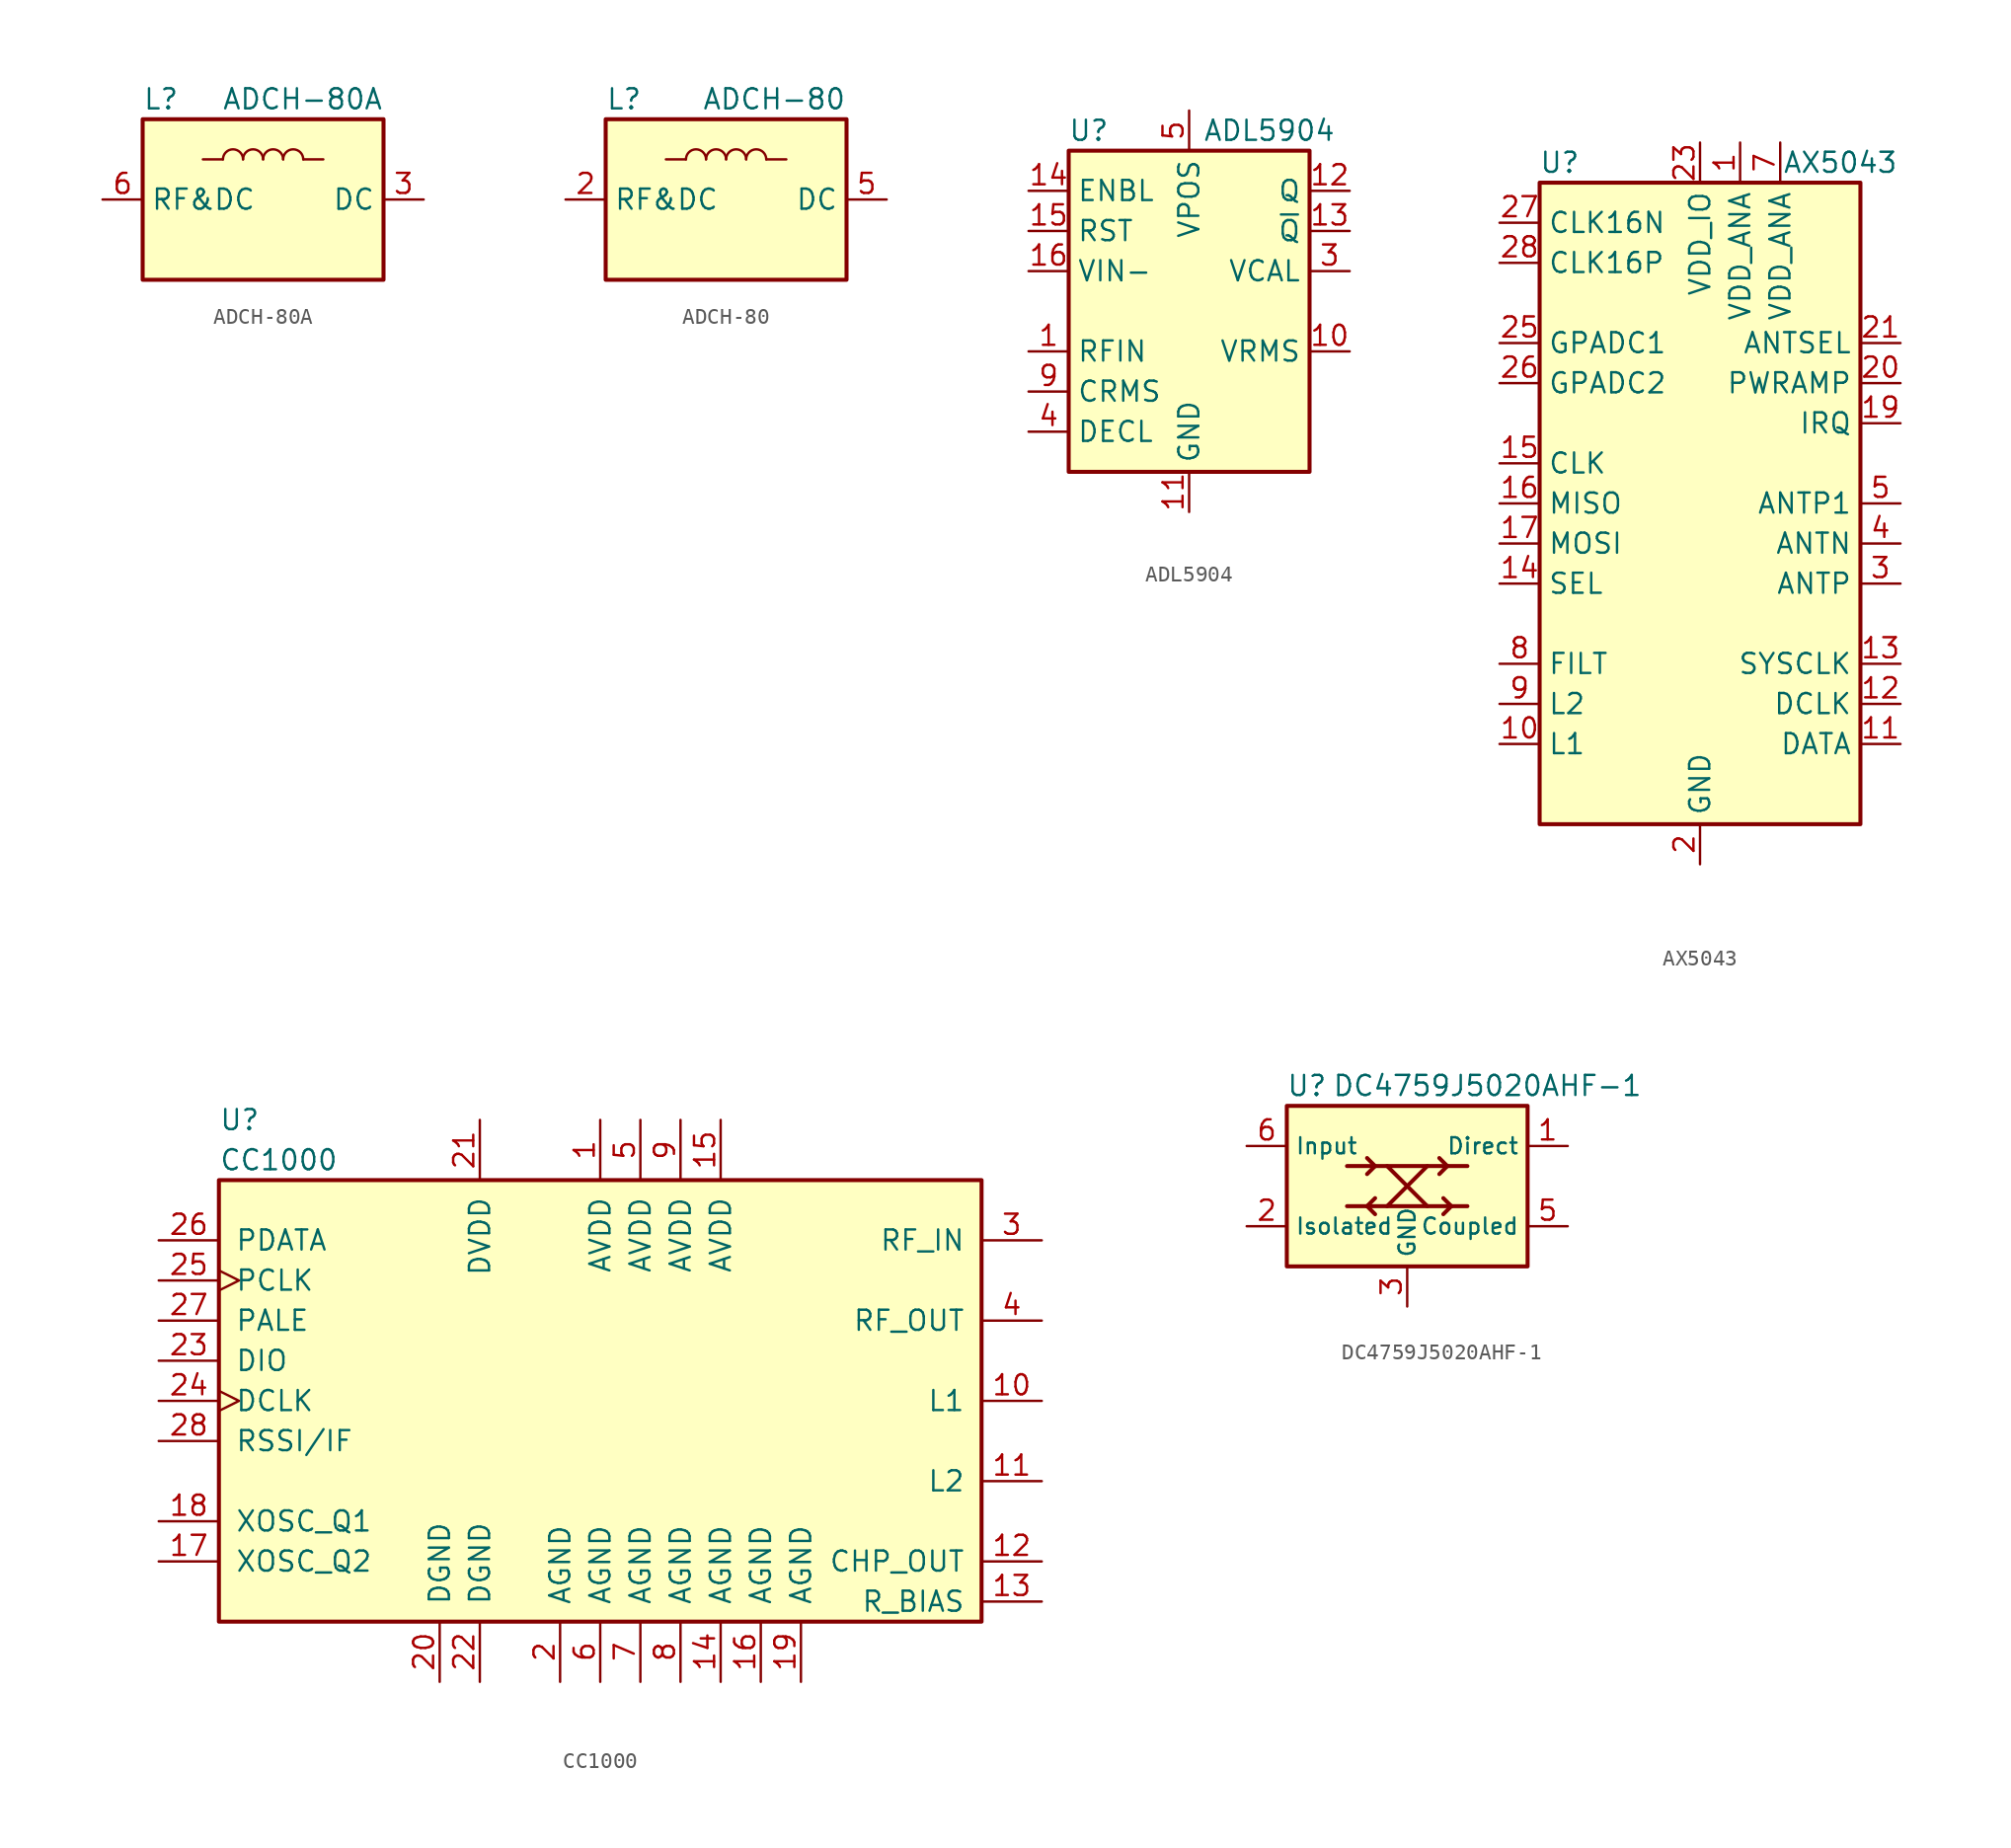
<source format=kicad_sym>
(kicad_symbol_lib
  (version 20231120)
  (generator "kicad_symbol_editor")
  (generator_version "8.0")
  (symbol "ADCH-80A"
    (property "Reference" "L"
      (at -7.62 6.35 0)
      (effects (font (size 1.27 1.27)) (justify left)))
    (property "Value" "ADCH-80A"
      (at 7.62 6.35 0)
      (effects (font (size 1.27 1.27)) (justify right)))
    (symbol "ADCH-80A_1_1"
      (rectangle (start -7.62 5.08) (end 7.62 -5.08) (stroke (width 0.254) (type default)) (fill (type background)))
      (arc (start -1.27 2.54) (mid -1.905 3.1723) (end -2.54 2.54) (stroke (width 0) (type default)) (fill (type none)))
      (polyline (pts (xy -2.54 2.54) (xy -3.81 2.54)) (stroke (width 0) (type default)) (fill (type none)))
      (arc (start 0 2.54) (mid -0.635 3.1723) (end -1.27 2.54) (stroke (width 0) (type default)) (fill (type none)))
      (arc (start 1.27 2.54) (mid 0.635 3.1723) (end 0 2.54) (stroke (width 0) (type default)) (fill (type none)))
      (arc (start 2.54 2.54) (mid 1.905 3.1723) (end 1.27 2.54) (stroke (width 0) (type default)) (fill (type none)))
      (rectangle (start 2.54 2.54) (end 3.81 2.54) (stroke (width 0) (type default)) (fill (type none)))
      (pin no_connect line (at -5.08 -5.08 90) (length 2.54) hide (name "NC" (effects (font (size 1.27 1.27)))) (number "1" (effects (font (size 1.27 1.27)))))
      (pin no_connect line (at -2.54 -5.08 90) (length 2.54) hide (name "NC" (effects (font (size 1.27 1.27)))) (number "2" (effects (font (size 1.27 1.27)))))
      (pin passive line (at 10.16 0 180) (length 2.54) (name "DC" (effects (font (size 1.27 1.27)))) (number "3" (effects (font (size 1.27 1.27)))))
      (pin no_connect line (at 0 -5.08 90) (length 2.54) hide (name "NC" (effects (font (size 1.27 1.27)))) (number "4" (effects (font (size 1.27 1.27)))))
      (pin no_connect line (at 2.54 -5.08 90) (length 2.54) hide (name "NC" (effects (font (size 1.27 1.27)))) (number "5" (effects (font (size 1.27 1.27)))))
      (pin passive line (at -10.16 0 0) (length 2.54) (name "RF&DC" (effects (font (size 1.27 1.27)))) (number "6" (effects (font (size 1.27 1.27)))))))
  (symbol "ADCH-80"
    (property "Reference" "L"
      (at -7.62 6.35 0)
      (effects (font (size 1.27 1.27)) (justify left)))
    (property "Value" "ADCH-80"
      (at 7.62 6.35 0)
      (effects (font (size 1.27 1.27)) (justify right)))
    (symbol "ADCH-80_0_1"
      (polyline (pts (xy -2.54 2.54) (xy -3.81 2.54)) (stroke (width 0) (type default)) (fill (type none)))
      (rectangle (start 2.54 2.54) (end 3.81 2.54) (stroke (width 0) (type default)) (fill (type none))))
    (symbol "ADCH-80_1_1"
      (rectangle (start -7.62 5.08) (end 7.62 -5.08) (stroke (width 0.254) (type default)) (fill (type background)))
      (arc (start -1.27 2.54) (mid -1.905 3.1723) (end -2.54 2.54) (stroke (width 0) (type default)) (fill (type none)))
      (arc (start 0 2.54) (mid -0.635 3.1723) (end -1.27 2.54) (stroke (width 0) (type default)) (fill (type none)))
      (arc (start 1.27 2.54) (mid 0.635 3.1723) (end 0 2.54) (stroke (width 0) (type default)) (fill (type none)))
      (arc (start 2.54 2.54) (mid 1.905 3.1723) (end 1.27 2.54) (stroke (width 0) (type default)) (fill (type none)))
      (pin no_connect line (at -5.08 -5.08 90) (length 2.54) hide (name "NC" (effects (font (size 1.27 1.27)))) (number "1" (effects (font (size 1.27 1.27)))))
      (pin passive line (at -10.16 0 0) (length 2.54) (name "RF&DC" (effects (font (size 1.27 1.27)))) (number "2" (effects (font (size 1.27 1.27)))))
      (pin no_connect line (at -2.54 -5.08 90) (length 2.54) hide (name "NC" (effects (font (size 1.27 1.27)))) (number "3" (effects (font (size 1.27 1.27)))))
      (pin no_connect line (at 0 -5.08 90) (length 2.54) hide (name "NC" (effects (font (size 1.27 1.27)))) (number "4" (effects (font (size 1.27 1.27)))))
      (pin passive line (at 10.16 0 180) (length 2.54) (name "DC" (effects (font (size 1.27 1.27)))) (number "5" (effects (font (size 1.27 1.27)))))
      (pin no_connect line (at 2.54 -5.08 90) (length 2.54) hide (name "NC" (effects (font (size 1.27 1.27)))) (number "6" (effects (font (size 1.27 1.27)))))))
  (symbol "ADL5904"
    (property "Reference" "U"
      (at -6.35 11.43 0)
      (effects (font (size 1.27 1.27))))
    (property "Value" "ADL5904"
      (at 5.08 11.43 0)
      (effects (font (size 1.27 1.27))))
    (symbol "ADL5904_0_1"
      (rectangle (start -7.62 10.16) (end 7.62 -10.16) (stroke (width 0.254) (type default)) (fill (type background))))
    (symbol "ADL5904_1_1"
      (pin input line (at -10.16 -2.54 0) (length 2.54) (name "RFIN" (effects (font (size 1.27 1.27)))) (number "1" (effects (font (size 1.27 1.27)))))
      (pin output line (at 10.16 -2.54 180) (length 2.54) (name "VRMS" (effects (font (size 1.27 1.27)))) (number "10" (effects (font (size 1.27 1.27)))))
      (pin power_in line (at 0 -12.7 90) (length 2.54) (name "GND" (effects (font (size 1.27 1.27)))) (number "11" (effects (font (size 1.27 1.27)))))
      (pin output line (at 10.16 7.62 180) (length 2.54) (name "Q" (effects (font (size 1.27 1.27)))) (number "12" (effects (font (size 1.27 1.27)))))
      (pin output line (at 10.16 5.08 180) (length 2.54) (name "~{Q}" (effects (font (size 1.27 1.27)))) (number "13" (effects (font (size 1.27 1.27)))))
      (pin input line (at -10.16 7.62 0) (length 2.54) (name "ENBL" (effects (font (size 1.27 1.27)))) (number "14" (effects (font (size 1.27 1.27)))))
      (pin input line (at -10.16 5.08 0) (length 2.54) (name "RST" (effects (font (size 1.27 1.27)))) (number "15" (effects (font (size 1.27 1.27)))))
      (pin input line (at -10.16 2.54 0) (length 2.54) (name "VIN-" (effects (font (size 1.27 1.27)))) (number "16" (effects (font (size 1.27 1.27)))))
      (pin passive line (at 0 -12.7 90) (length 2.54) hide (name "GND" (effects (font (size 1.27 1.27)))) (number "17" (effects (font (size 1.27 1.27)))))
      (pin no_connect line (at 7.62 0 180) (length 2.54) hide (name "DNC" (effects (font (size 1.27 1.27)))) (number "2" (effects (font (size 1.27 1.27)))))
      (pin output line (at 10.16 2.54 180) (length 2.54) (name "VCAL" (effects (font (size 1.27 1.27)))) (number "3" (effects (font (size 1.27 1.27)))))
      (pin passive line (at -10.16 -7.62 0) (length 2.54) (name "DECL" (effects (font (size 1.27 1.27)))) (number "4" (effects (font (size 1.27 1.27)))))
      (pin power_in line (at 0 12.7 270) (length 2.54) (name "VPOS" (effects (font (size 1.27 1.27)))) (number "5" (effects (font (size 1.27 1.27)))))
      (pin no_connect line (at 7.62 -5.08 180) (length 2.54) hide (name "DNC" (effects (font (size 1.27 1.27)))) (number "6" (effects (font (size 1.27 1.27)))))
      (pin passive line (at 0 12.7 270) (length 2.54) hide (name "VPOS" (effects (font (size 1.27 1.27)))) (number "7" (effects (font (size 1.27 1.27)))))
      (pin no_connect line (at 7.62 -7.62 180) (length 2.54) hide (name "DNC" (effects (font (size 1.27 1.27)))) (number "8" (effects (font (size 1.27 1.27)))))
      (pin passive line (at -10.16 -5.08 0) (length 2.54) (name "CRMS" (effects (font (size 1.27 1.27)))) (number "9" (effects (font (size 1.27 1.27)))))))
  (symbol "AX5043"
    (property "Reference" "U"
      (at -8.89 21.59 0)
      (effects (font (size 1.27 1.27))))
    (property "Value" "AX5043"
      (at 8.89 21.59 0)
      (effects (font (size 1.27 1.27))))
    (symbol "AX5043_1_0"
      (rectangle (start -10.16 -20.32) (end 10.16 20.32) (stroke (width 0.254) (type default)) (fill (type background))))
    (symbol "AX5043_1_1"
      (pin power_out line (at 2.54 22.86 270) (length 2.54) (name "VDD_ANA" (effects (font (size 1.27 1.27)))) (number "1" (effects (font (size 1.27 1.27)))))
      (pin passive line (at -12.7 -15.24 0) (length 2.54) (name "L1" (effects (font (size 1.27 1.27)))) (number "10" (effects (font (size 1.27 1.27)))))
      (pin bidirectional line (at 12.7 -15.24 180) (length 2.54) (name "DATA" (effects (font (size 1.27 1.27)))) (number "11" (effects (font (size 1.27 1.27)))))
      (pin bidirectional line (at 12.7 -12.7 180) (length 2.54) (name "DCLK" (effects (font (size 1.27 1.27)))) (number "12" (effects (font (size 1.27 1.27)))))
      (pin bidirectional line (at 12.7 -10.16 180) (length 2.54) (name "SYSCLK" (effects (font (size 1.27 1.27)))) (number "13" (effects (font (size 1.27 1.27)))))
      (pin input line (at -12.7 -5.08 0) (length 2.54) (name "SEL" (effects (font (size 1.27 1.27)))) (number "14" (effects (font (size 1.27 1.27)))))
      (pin input line (at -12.7 2.54 0) (length 2.54) (name "CLK" (effects (font (size 1.27 1.27)))) (number "15" (effects (font (size 1.27 1.27)))))
      (pin output line (at -12.7 0 0) (length 2.54) (name "MISO" (effects (font (size 1.27 1.27)))) (number "16" (effects (font (size 1.27 1.27)))))
      (pin input line (at -12.7 -2.54 0) (length 2.54) (name "MOSI" (effects (font (size 1.27 1.27)))) (number "17" (effects (font (size 1.27 1.27)))))
      (pin no_connect line (at -2.54 -20.32 90) (length 2.54) hide (name "NC" (effects (font (size 1.27 1.27)))) (number "18" (effects (font (size 1.27 1.27)))))
      (pin output line (at 12.7 5.08 180) (length 2.54) (name "IRQ" (effects (font (size 1.27 1.27)))) (number "19" (effects (font (size 1.27 1.27)))))
      (pin power_in line (at 0 -22.86 90) (length 2.54) (name "GND" (effects (font (size 1.27 1.27)))) (number "2" (effects (font (size 1.27 1.27)))))
      (pin bidirectional line (at 12.7 7.62 180) (length 2.54) (name "PWRAMP" (effects (font (size 1.27 1.27)))) (number "20" (effects (font (size 1.27 1.27)))))
      (pin bidirectional line (at 12.7 10.16 180) (length 2.54) (name "ANTSEL" (effects (font (size 1.27 1.27)))) (number "21" (effects (font (size 1.27 1.27)))))
      (pin no_connect line (at 2.54 -20.32 90) (length 2.54) hide (name "NC" (effects (font (size 1.27 1.27)))) (number "22" (effects (font (size 1.27 1.27)))))
      (pin power_in line (at 0 22.86 270) (length 2.54) (name "VDD_IO" (effects (font (size 1.27 1.27)))) (number "23" (effects (font (size 1.27 1.27)))))
      (pin no_connect line (at -5.08 -20.32 90) (length 2.54) hide (name "NC" (effects (font (size 1.27 1.27)))) (number "24" (effects (font (size 1.27 1.27)))))
      (pin input line (at -12.7 10.16 0) (length 2.54) (name "GPADC1" (effects (font (size 1.27 1.27)))) (number "25" (effects (font (size 1.27 1.27)))))
      (pin input line (at -12.7 7.62 0) (length 2.54) (name "GPADC2" (effects (font (size 1.27 1.27)))) (number "26" (effects (font (size 1.27 1.27)))))
      (pin input line (at -12.7 17.78 0) (length 2.54) (name "CLK16N" (effects (font (size 1.27 1.27)))) (number "27" (effects (font (size 1.27 1.27)))))
      (pin input line (at -12.7 15.24 0) (length 2.54) (name "CLK16P" (effects (font (size 1.27 1.27)))) (number "28" (effects (font (size 1.27 1.27)))))
      (pin passive line (at 0 -22.86 90) (length 2.54) hide (name "GND" (effects (font (size 1.27 1.27)))) (number "29" (effects (font (size 1.27 1.27)))))
      (pin bidirectional line (at 12.7 -5.08 180) (length 2.54) (name "ANTP" (effects (font (size 1.27 1.27)))) (number "3" (effects (font (size 1.27 1.27)))))
      (pin bidirectional line (at 12.7 -2.54 180) (length 2.54) (name "ANTN" (effects (font (size 1.27 1.27)))) (number "4" (effects (font (size 1.27 1.27)))))
      (pin output line (at 12.7 0 180) (length 2.54) (name "ANTP1" (effects (font (size 1.27 1.27)))) (number "5" (effects (font (size 1.27 1.27)))))
      (pin passive line (at 0 -22.86 90) (length 2.54) hide (name "GND" (effects (font (size 1.27 1.27)))) (number "6" (effects (font (size 1.27 1.27)))))
      (pin power_out line (at 5.08 22.86 270) (length 2.54) (name "VDD_ANA" (effects (font (size 1.27 1.27)))) (number "7" (effects (font (size 1.27 1.27)))))
      (pin input line (at -12.7 -10.16 0) (length 2.54) (name "FILT" (effects (font (size 1.27 1.27)))) (number "8" (effects (font (size 1.27 1.27)))))
      (pin passive line (at -12.7 -12.7 0) (length 2.54) (name "L2" (effects (font (size 1.27 1.27)))) (number "9" (effects (font (size 1.27 1.27)))))))
  (symbol "CC1000"
    (pin_names
      (offset 1.016))
    (property "Reference" "U"
      (at -24.13 17.78 0)
      (effects (font (size 1.27 1.27)) (justify left)))
    (property "Value" "CC1000"
      (at -24.13 15.24 0)
      (effects (font (size 1.27 1.27)) (justify left)))
    (symbol "CC1000_0_1"
      (rectangle (start -24.13 13.97) (end 24.13 -13.97) (stroke (width 0.254) (type default)) (fill (type background))))
    (symbol "CC1000_1_1"
      (pin power_in line (at 0 17.78 270) (length 3.81) (name "AVDD" (effects (font (size 1.27 1.27)))) (number "1" (effects (font (size 1.27 1.27)))))
      (pin passive line (at 27.94 0 180) (length 3.81) (name "L1" (effects (font (size 1.27 1.27)))) (number "10" (effects (font (size 1.27 1.27)))))
      (pin passive line (at 27.94 -5.08 180) (length 3.81) (name "L2" (effects (font (size 1.27 1.27)))) (number "11" (effects (font (size 1.27 1.27)))))
      (pin passive line (at 27.94 -10.16 180) (length 3.81) (name "CHP_OUT" (effects (font (size 1.27 1.27)))) (number "12" (effects (font (size 1.27 1.27)))))
      (pin passive line (at 27.94 -12.7 180) (length 3.81) (name "R_BIAS" (effects (font (size 1.27 1.27)))) (number "13" (effects (font (size 1.27 1.27)))))
      (pin power_in line (at 7.62 -17.78 90) (length 3.81) (name "AGND" (effects (font (size 1.27 1.27)))) (number "14" (effects (font (size 1.27 1.27)))))
      (pin power_in line (at 7.62 17.78 270) (length 3.81) (name "AVDD" (effects (font (size 1.27 1.27)))) (number "15" (effects (font (size 1.27 1.27)))))
      (pin power_in line (at 10.16 -17.78 90) (length 3.81) (name "AGND" (effects (font (size 1.27 1.27)))) (number "16" (effects (font (size 1.27 1.27)))))
      (pin passive line (at -27.94 -10.16 0) (length 3.81) (name "XOSC_Q2" (effects (font (size 1.27 1.27)))) (number "17" (effects (font (size 1.27 1.27)))))
      (pin passive line (at -27.94 -7.62 0) (length 3.81) (name "XOSC_Q1" (effects (font (size 1.27 1.27)))) (number "18" (effects (font (size 1.27 1.27)))))
      (pin power_in line (at 12.7 -17.78 90) (length 3.81) (name "AGND" (effects (font (size 1.27 1.27)))) (number "19" (effects (font (size 1.27 1.27)))))
      (pin power_in line (at -2.54 -17.78 90) (length 3.81) (name "AGND" (effects (font (size 1.27 1.27)))) (number "2" (effects (font (size 1.27 1.27)))))
      (pin power_in line (at -10.16 -17.78 90) (length 3.81) (name "DGND" (effects (font (size 1.27 1.27)))) (number "20" (effects (font (size 1.27 1.27)))))
      (pin power_in line (at -7.62 17.78 270) (length 3.81) (name "DVDD" (effects (font (size 1.27 1.27)))) (number "21" (effects (font (size 1.27 1.27)))))
      (pin power_in line (at -7.62 -17.78 90) (length 3.81) (name "DGND" (effects (font (size 1.27 1.27)))) (number "22" (effects (font (size 1.27 1.27)))))
      (pin bidirectional line (at -27.94 2.54 0) (length 3.81) (name "DIO" (effects (font (size 1.27 1.27)))) (number "23" (effects (font (size 1.27 1.27)))))
      (pin output clock (at -27.94 0 0) (length 3.81) (name "DCLK" (effects (font (size 1.27 1.27)))) (number "24" (effects (font (size 1.27 1.27)))))
      (pin input clock (at -27.94 7.62 0) (length 3.81) (name "PCLK" (effects (font (size 1.27 1.27)))) (number "25" (effects (font (size 1.27 1.27)))))
      (pin bidirectional line (at -27.94 10.16 0) (length 3.81) (name "PDATA" (effects (font (size 1.27 1.27)))) (number "26" (effects (font (size 1.27 1.27)))))
      (pin input line (at -27.94 5.08 0) (length 3.81) (name "PALE" (effects (font (size 1.27 1.27)))) (number "27" (effects (font (size 1.27 1.27)))))
      (pin passive line (at -27.94 -2.54 0) (length 3.81) (name "RSSI/IF" (effects (font (size 1.27 1.27)))) (number "28" (effects (font (size 1.27 1.27)))))
      (pin passive line (at 27.94 10.16 180) (length 3.81) (name "RF_IN" (effects (font (size 1.27 1.27)))) (number "3" (effects (font (size 1.27 1.27)))))
      (pin passive line (at 27.94 5.08 180) (length 3.81) (name "RF_OUT" (effects (font (size 1.27 1.27)))) (number "4" (effects (font (size 1.27 1.27)))))
      (pin power_in line (at 2.54 17.78 270) (length 3.81) (name "AVDD" (effects (font (size 1.27 1.27)))) (number "5" (effects (font (size 1.27 1.27)))))
      (pin power_in line (at 0 -17.78 90) (length 3.81) (name "AGND" (effects (font (size 1.27 1.27)))) (number "6" (effects (font (size 1.27 1.27)))))
      (pin power_in line (at 2.54 -17.78 90) (length 3.81) (name "AGND" (effects (font (size 1.27 1.27)))) (number "7" (effects (font (size 1.27 1.27)))))
      (pin power_in line (at 5.08 -17.78 90) (length 3.81) (name "AGND" (effects (font (size 1.27 1.27)))) (number "8" (effects (font (size 1.27 1.27)))))
      (pin power_in line (at 5.08 17.78 270) (length 3.81) (name "AVDD" (effects (font (size 1.27 1.27)))) (number "9" (effects (font (size 1.27 1.27)))))))
  (symbol "DC4759J5020AHF-1"
    (property "Reference" "U"
      (at -6.35 6.35 0)
      (effects (font (size 1.27 1.27))))
    (property "Value" "DC4759J5020AHF-1"
      (at 5.08 6.35 0)
      (effects (font (size 1.27 1.27))))
    (symbol "DC4759J5020AHF-1_0_1"
      (rectangle (start -7.62 5.08) (end 7.62 -5.08) (stroke (width 0.254) (type default)) (fill (type background))))
    (symbol "DC4759J5020AHF-1_1_1"
      (polyline (pts (xy -3.81 -1.27) (xy 3.81 -1.27)) (stroke (width 0.254) (type default)) (fill (type none)))
      (polyline (pts (xy -3.81 1.27) (xy 3.81 1.27)) (stroke (width 0.254) (type default)) (fill (type none)))
      (polyline (pts (xy -2.54 -1.27) (xy -2.032 -1.778)) (stroke (width 0.254) (type default)) (fill (type none)))
      (polyline (pts (xy -2.54 1.778) (xy -2.032 1.27)) (stroke (width 0.254) (type default)) (fill (type none)))
      (polyline (pts (xy -2.032 -0.762) (xy -2.54 -1.27)) (stroke (width 0.254) (type default)) (fill (type none)))
      (polyline (pts (xy -2.032 1.27) (xy -2.54 0.762)) (stroke (width 0.254) (type default)) (fill (type none)))
      (polyline (pts (xy -1.27 1.27) (xy 1.27 -1.27)) (stroke (width 0.254) (type default)) (fill (type none)))
      (polyline (pts (xy 1.27 1.27) (xy -1.27 -1.27)) (stroke (width 0.254) (type default)) (fill (type none)))
      (polyline (pts (xy 2.032 1.778) (xy 2.54 1.27)) (stroke (width 0.254) (type default)) (fill (type none)))
      (polyline (pts (xy 2.286 -0.762) (xy 2.794 -1.27)) (stroke (width 0.254) (type default)) (fill (type none)))
      (polyline (pts (xy 2.54 1.27) (xy 2.032 0.762)) (stroke (width 0.254) (type default)) (fill (type none)))
      (polyline (pts (xy 2.794 -1.27) (xy 2.286 -1.778)) (stroke (width 0.254) (type default)) (fill (type none)))
      (pin output line (at 10.16 2.54 180) (length 2.54) (name "Direct" (effects (font (size 1.016 1.016)))) (number "1" (effects (font (size 1.27 1.27)))))
      (pin output line (at -10.16 -2.54 0) (length 2.54) (name "Isolated" (effects (font (size 1.016 1.016)))) (number "2" (effects (font (size 1.27 1.27)))))
      (pin power_in line (at 0 -7.62 90) (length 2.54) (name "GND" (effects (font (size 1.016 1.016)))) (number "3" (effects (font (size 1.27 1.27)))))
      (pin passive line (at 0 -7.62 90) (length 2.54) hide (name "GND" (effects (font (size 1.016 1.016)))) (number "4" (effects (font (size 1.27 1.27)))))
      (pin output line (at 10.16 -2.54 180) (length 2.54) (name "Coupled" (effects (font (size 1.016 1.016)))) (number "5" (effects (font (size 1.27 1.27)))))
      (pin input line (at -10.16 2.54 0) (length 2.54) (name "Input" (effects (font (size 1.016 1.016)))) (number "6" (effects (font (size 1.27 1.27))))))))
</source>
